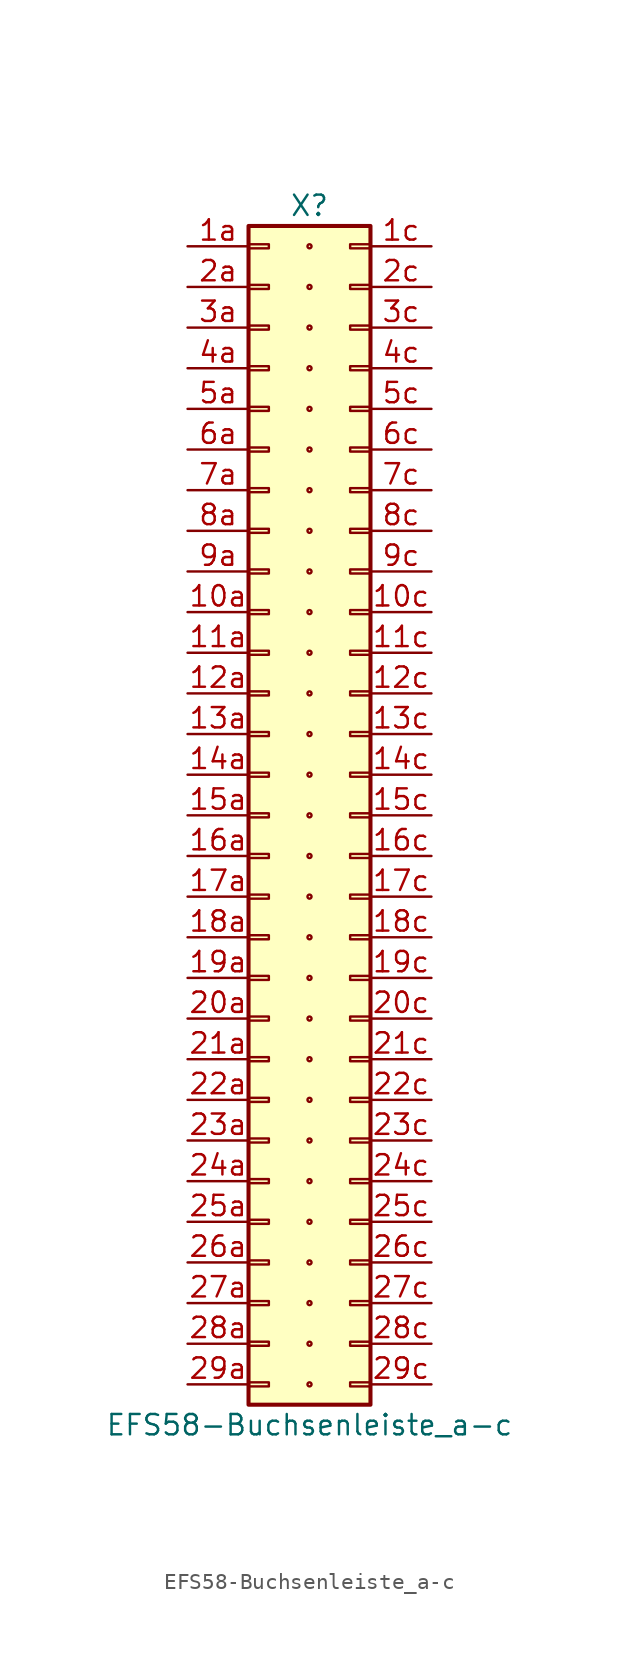
<source format=kicad_sym>
(kicad_symbol_lib
  (version 20211014)
  (generator kicad_symbol_editor)
  (symbol "EFS58-Buchsenleiste_a-c"
    (pin_names
      (offset 1.016) hide)
    (property "Reference" "X"
      (at 0 38.1 0)
      (effects (font (size 1.27 1.27))))
    (property "Value" "EFS58-Buchsenleiste_a-c"
      (at 0 -38.1 0)
      (effects (font (size 1.27 1.27))))
    (symbol "EFS58-Buchsenleiste_a-c_0_1"
      (circle (center 0 -35.56) (radius 0.127) (stroke (width 0.152) (type default) (color 0 0 0 0)) (fill (type none)))
      (circle (center 0 -33.02) (radius 0.127) (stroke (width 0.152) (type default) (color 0 0 0 0)) (fill (type none)))
      (circle (center 0 -30.48) (radius 0.127) (stroke (width 0.152) (type default) (color 0 0 0 0)) (fill (type none)))
      (circle (center 0 -27.94) (radius 0.127) (stroke (width 0.152) (type default) (color 0 0 0 0)) (fill (type none)))
      (circle (center 0 -25.4) (radius 0.127) (stroke (width 0.152) (type default) (color 0 0 0 0)) (fill (type none)))
      (circle (center 0 -22.86) (radius 0.127) (stroke (width 0.152) (type default) (color 0 0 0 0)) (fill (type none)))
      (circle (center 0 -20.32) (radius 0.127) (stroke (width 0.152) (type default) (color 0 0 0 0)) (fill (type none)))
      (circle (center 0 -17.78) (radius 0.127) (stroke (width 0.152) (type default) (color 0 0 0 0)) (fill (type none)))
      (circle (center 0 -15.24) (radius 0.127) (stroke (width 0.152) (type default) (color 0 0 0 0)) (fill (type none)))
      (circle (center 0 -12.7) (radius 0.127) (stroke (width 0.152) (type default) (color 0 0 0 0)) (fill (type none)))
      (circle (center 0 -10.16) (radius 0.127) (stroke (width 0.152) (type default) (color 0 0 0 0)) (fill (type none)))
      (circle (center 0 -7.62) (radius 0.127) (stroke (width 0.152) (type default) (color 0 0 0 0)) (fill (type none)))
      (circle (center 0 -5.08) (radius 0.127) (stroke (width 0.152) (type default) (color 0 0 0 0)) (fill (type none)))
      (circle (center 0 -2.54) (radius 0.127) (stroke (width 0.152) (type default) (color 0 0 0 0)) (fill (type none)))
      (circle (center 0 0) (radius 0.127) (stroke (width 0.152) (type default) (color 0 0 0 0)) (fill (type none)))
      (circle (center 0 2.54) (radius 0.127) (stroke (width 0.152) (type default) (color 0 0 0 0)) (fill (type none)))
      (circle (center 0 5.08) (radius 0.127) (stroke (width 0.152) (type default) (color 0 0 0 0)) (fill (type none)))
      (circle (center 0 7.62) (radius 0.127) (stroke (width 0.152) (type default) (color 0 0 0 0)) (fill (type none)))
      (circle (center 0 10.16) (radius 0.127) (stroke (width 0.152) (type default) (color 0 0 0 0)) (fill (type none)))
      (circle (center 0 12.7) (radius 0.127) (stroke (width 0.152) (type default) (color 0 0 0 0)) (fill (type none)))
      (circle (center 0 15.24) (radius 0.127) (stroke (width 0.152) (type default) (color 0 0 0 0)) (fill (type none)))
      (circle (center 0 17.78) (radius 0.127) (stroke (width 0.152) (type default) (color 0 0 0 0)) (fill (type none)))
      (circle (center 0 20.32) (radius 0.127) (stroke (width 0.152) (type default) (color 0 0 0 0)) (fill (type none)))
      (circle (center 0 22.86) (radius 0.127) (stroke (width 0.152) (type default) (color 0 0 0 0)) (fill (type none)))
      (circle (center 0 25.4) (radius 0.127) (stroke (width 0.152) (type default) (color 0 0 0 0)) (fill (type none)))
      (circle (center 0 27.94) (radius 0.127) (stroke (width 0.152) (type default) (color 0 0 0 0)) (fill (type none)))
      (circle (center 0 30.48) (radius 0.127) (stroke (width 0.152) (type default) (color 0 0 0 0)) (fill (type none)))
      (circle (center 0 33.02) (radius 0.127) (stroke (width 0.152) (type default) (color 0 0 0 0)) (fill (type none)))
      (circle (center 0 35.56) (radius 0.127) (stroke (width 0.152) (type default) (color 0 0 0 0)) (fill (type none))))
    (symbol "EFS58-Buchsenleiste_a-c_1_1"
      (rectangle (start -3.81 -35.433) (end -2.54 -35.687) (stroke (width 0.152) (type default) (color 0 0 0 0)) (fill (type none)))
      (rectangle (start -3.81 -32.893) (end -2.54 -33.147) (stroke (width 0.152) (type default) (color 0 0 0 0)) (fill (type none)))
      (rectangle (start -3.81 -30.353) (end -2.54 -30.607) (stroke (width 0.152) (type default) (color 0 0 0 0)) (fill (type none)))
      (rectangle (start -3.81 -27.813) (end -2.54 -28.067) (stroke (width 0.152) (type default) (color 0 0 0 0)) (fill (type none)))
      (rectangle (start -3.81 -25.273) (end -2.54 -25.527) (stroke (width 0.152) (type default) (color 0 0 0 0)) (fill (type none)))
      (rectangle (start -3.81 -22.733) (end -2.54 -22.987) (stroke (width 0.152) (type default) (color 0 0 0 0)) (fill (type none)))
      (rectangle (start -3.81 -20.193) (end -2.54 -20.447) (stroke (width 0.152) (type default) (color 0 0 0 0)) (fill (type none)))
      (rectangle (start -3.81 -17.653) (end -2.54 -17.907) (stroke (width 0.152) (type default) (color 0 0 0 0)) (fill (type none)))
      (rectangle (start -3.81 -15.113) (end -2.54 -15.367) (stroke (width 0.152) (type default) (color 0 0 0 0)) (fill (type none)))
      (rectangle (start -3.81 -12.573) (end -2.54 -12.827) (stroke (width 0.152) (type default) (color 0 0 0 0)) (fill (type none)))
      (rectangle (start -3.81 -10.033) (end -2.54 -10.287) (stroke (width 0.152) (type default) (color 0 0 0 0)) (fill (type none)))
      (rectangle (start -3.81 -7.493) (end -2.54 -7.747) (stroke (width 0.152) (type default) (color 0 0 0 0)) (fill (type none)))
      (rectangle (start -3.81 -4.953) (end -2.54 -5.207) (stroke (width 0.152) (type default) (color 0 0 0 0)) (fill (type none)))
      (rectangle (start -3.81 -2.413) (end -2.54 -2.667) (stroke (width 0.152) (type default) (color 0 0 0 0)) (fill (type none)))
      (rectangle (start -3.81 0.127) (end -2.54 -0.127) (stroke (width 0.152) (type default) (color 0 0 0 0)) (fill (type none)))
      (rectangle (start -3.81 2.667) (end -2.54 2.413) (stroke (width 0.152) (type default) (color 0 0 0 0)) (fill (type none)))
      (rectangle (start -3.81 5.207) (end -2.54 4.953) (stroke (width 0.152) (type default) (color 0 0 0 0)) (fill (type none)))
      (rectangle (start -3.81 7.747) (end -2.54 7.493) (stroke (width 0.152) (type default) (color 0 0 0 0)) (fill (type none)))
      (rectangle (start -3.81 10.287) (end -2.54 10.033) (stroke (width 0.152) (type default) (color 0 0 0 0)) (fill (type none)))
      (rectangle (start -3.81 12.827) (end -2.54 12.573) (stroke (width 0.152) (type default) (color 0 0 0 0)) (fill (type none)))
      (rectangle (start -3.81 15.367) (end -2.54 15.113) (stroke (width 0.152) (type default) (color 0 0 0 0)) (fill (type none)))
      (rectangle (start -3.81 17.907) (end -2.54 17.653) (stroke (width 0.152) (type default) (color 0 0 0 0)) (fill (type none)))
      (rectangle (start -3.81 20.447) (end -2.54 20.193) (stroke (width 0.152) (type default) (color 0 0 0 0)) (fill (type none)))
      (rectangle (start -3.81 22.987) (end -2.54 22.733) (stroke (width 0.152) (type default) (color 0 0 0 0)) (fill (type none)))
      (rectangle (start -3.81 25.527) (end -2.54 25.273) (stroke (width 0.152) (type default) (color 0 0 0 0)) (fill (type none)))
      (rectangle (start -3.81 28.067) (end -2.54 27.813) (stroke (width 0.152) (type default) (color 0 0 0 0)) (fill (type none)))
      (rectangle (start -3.81 30.607) (end -2.54 30.353) (stroke (width 0.152) (type default) (color 0 0 0 0)) (fill (type none)))
      (rectangle (start -3.81 33.147) (end -2.54 32.893) (stroke (width 0.152) (type default) (color 0 0 0 0)) (fill (type none)))
      (rectangle (start -3.81 35.687) (end -2.54 35.433) (stroke (width 0.152) (type default) (color 0 0 0 0)) (fill (type none)))
      (rectangle (start -3.81 36.83) (end 3.81 -36.83) (stroke (width 0.254) (type default) (color 0 0 0 0)) (fill (type background)))
      (rectangle (start 3.81 -35.433) (end 2.54 -35.687) (stroke (width 0.152) (type default) (color 0 0 0 0)) (fill (type none)))
      (rectangle (start 3.81 -32.893) (end 2.54 -33.147) (stroke (width 0.152) (type default) (color 0 0 0 0)) (fill (type none)))
      (rectangle (start 3.81 -30.353) (end 2.54 -30.607) (stroke (width 0.152) (type default) (color 0 0 0 0)) (fill (type none)))
      (rectangle (start 3.81 -27.813) (end 2.54 -28.067) (stroke (width 0.152) (type default) (color 0 0 0 0)) (fill (type none)))
      (rectangle (start 3.81 -25.273) (end 2.54 -25.527) (stroke (width 0.152) (type default) (color 0 0 0 0)) (fill (type none)))
      (rectangle (start 3.81 -22.733) (end 2.54 -22.987) (stroke (width 0.152) (type default) (color 0 0 0 0)) (fill (type none)))
      (rectangle (start 3.81 -20.193) (end 2.54 -20.447) (stroke (width 0.152) (type default) (color 0 0 0 0)) (fill (type none)))
      (rectangle (start 3.81 -17.653) (end 2.54 -17.907) (stroke (width 0.152) (type default) (color 0 0 0 0)) (fill (type none)))
      (rectangle (start 3.81 -15.113) (end 2.54 -15.367) (stroke (width 0.152) (type default) (color 0 0 0 0)) (fill (type none)))
      (rectangle (start 3.81 -12.573) (end 2.54 -12.827) (stroke (width 0.152) (type default) (color 0 0 0 0)) (fill (type none)))
      (rectangle (start 3.81 -10.033) (end 2.54 -10.287) (stroke (width 0.152) (type default) (color 0 0 0 0)) (fill (type none)))
      (rectangle (start 3.81 -7.493) (end 2.54 -7.747) (stroke (width 0.152) (type default) (color 0 0 0 0)) (fill (type none)))
      (rectangle (start 3.81 -4.953) (end 2.54 -5.207) (stroke (width 0.152) (type default) (color 0 0 0 0)) (fill (type none)))
      (rectangle (start 3.81 -2.413) (end 2.54 -2.667) (stroke (width 0.152) (type default) (color 0 0 0 0)) (fill (type none)))
      (rectangle (start 3.81 0.127) (end 2.54 -0.127) (stroke (width 0.152) (type default) (color 0 0 0 0)) (fill (type none)))
      (rectangle (start 3.81 2.667) (end 2.54 2.413) (stroke (width 0.152) (type default) (color 0 0 0 0)) (fill (type none)))
      (rectangle (start 3.81 5.207) (end 2.54 4.953) (stroke (width 0.152) (type default) (color 0 0 0 0)) (fill (type none)))
      (rectangle (start 3.81 7.747) (end 2.54 7.493) (stroke (width 0.152) (type default) (color 0 0 0 0)) (fill (type none)))
      (rectangle (start 3.81 10.287) (end 2.54 10.033) (stroke (width 0.152) (type default) (color 0 0 0 0)) (fill (type none)))
      (rectangle (start 3.81 12.827) (end 2.54 12.573) (stroke (width 0.152) (type default) (color 0 0 0 0)) (fill (type none)))
      (rectangle (start 3.81 15.367) (end 2.54 15.113) (stroke (width 0.152) (type default) (color 0 0 0 0)) (fill (type none)))
      (rectangle (start 3.81 17.907) (end 2.54 17.653) (stroke (width 0.152) (type default) (color 0 0 0 0)) (fill (type none)))
      (rectangle (start 3.81 20.447) (end 2.54 20.193) (stroke (width 0.152) (type default) (color 0 0 0 0)) (fill (type none)))
      (rectangle (start 3.81 22.987) (end 2.54 22.733) (stroke (width 0.152) (type default) (color 0 0 0 0)) (fill (type none)))
      (rectangle (start 3.81 25.527) (end 2.54 25.273) (stroke (width 0.152) (type default) (color 0 0 0 0)) (fill (type none)))
      (rectangle (start 3.81 28.067) (end 2.54 27.813) (stroke (width 0.152) (type default) (color 0 0 0 0)) (fill (type none)))
      (rectangle (start 3.81 30.607) (end 2.54 30.353) (stroke (width 0.152) (type default) (color 0 0 0 0)) (fill (type none)))
      (rectangle (start 3.81 33.147) (end 2.54 32.893) (stroke (width 0.152) (type default) (color 0 0 0 0)) (fill (type none)))
      (rectangle (start 3.81 35.687) (end 2.54 35.433) (stroke (width 0.152) (type default) (color 0 0 0 0)) (fill (type none)))
      (pin passive line (at -7.62 12.7 0) (length 3.81) (name "Pin_10a" (effects (font (size 1.27 1.27)))) (number "10a" (effects (font (size 1.27 1.27)))))
      (pin passive line (at 7.62 12.7 180) (length 3.81) (name "Pin_10c" (effects (font (size 1.27 1.27)))) (number "10c" (effects (font (size 1.27 1.27)))))
      (pin passive line (at -7.62 10.16 0) (length 3.81) (name "Pin_11a" (effects (font (size 1.27 1.27)))) (number "11a" (effects (font (size 1.27 1.27)))))
      (pin passive line (at 7.62 10.16 180) (length 3.81) (name "Pin_11c" (effects (font (size 1.27 1.27)))) (number "11c" (effects (font (size 1.27 1.27)))))
      (pin passive line (at -7.62 7.62 0) (length 3.81) (name "Pin_12a" (effects (font (size 1.27 1.27)))) (number "12a" (effects (font (size 1.27 1.27)))))
      (pin passive line (at 7.62 7.62 180) (length 3.81) (name "Pin_12c" (effects (font (size 1.27 1.27)))) (number "12c" (effects (font (size 1.27 1.27)))))
      (pin passive line (at -7.62 5.08 0) (length 3.81) (name "Pin_13a" (effects (font (size 1.27 1.27)))) (number "13a" (effects (font (size 1.27 1.27)))))
      (pin passive line (at 7.62 5.08 180) (length 3.81) (name "Pin_13c" (effects (font (size 1.27 1.27)))) (number "13c" (effects (font (size 1.27 1.27)))))
      (pin passive line (at -7.62 2.54 0) (length 3.81) (name "Pin_14a" (effects (font (size 1.27 1.27)))) (number "14a" (effects (font (size 1.27 1.27)))))
      (pin passive line (at 7.62 2.54 180) (length 3.81) (name "Pin_14c" (effects (font (size 1.27 1.27)))) (number "14c" (effects (font (size 1.27 1.27)))))
      (pin passive line (at -7.62 0 0) (length 3.81) (name "Pin_15a" (effects (font (size 1.27 1.27)))) (number "15a" (effects (font (size 1.27 1.27)))))
      (pin passive line (at 7.62 0 180) (length 3.81) (name "Pin_15c" (effects (font (size 1.27 1.27)))) (number "15c" (effects (font (size 1.27 1.27)))))
      (pin passive line (at -7.62 -2.54 0) (length 3.81) (name "Pin_16a" (effects (font (size 1.27 1.27)))) (number "16a" (effects (font (size 1.27 1.27)))))
      (pin passive line (at 7.62 -2.54 180) (length 3.81) (name "Pin_16c" (effects (font (size 1.27 1.27)))) (number "16c" (effects (font (size 1.27 1.27)))))
      (pin passive line (at -7.62 -5.08 0) (length 3.81) (name "Pin_17a" (effects (font (size 1.27 1.27)))) (number "17a" (effects (font (size 1.27 1.27)))))
      (pin passive line (at 7.62 -5.08 180) (length 3.81) (name "Pin_17c" (effects (font (size 1.27 1.27)))) (number "17c" (effects (font (size 1.27 1.27)))))
      (pin passive line (at -7.62 -7.62 0) (length 3.81) (name "Pin_18a" (effects (font (size 1.27 1.27)))) (number "18a" (effects (font (size 1.27 1.27)))))
      (pin passive line (at 7.62 -7.62 180) (length 3.81) (name "Pin_18c" (effects (font (size 1.27 1.27)))) (number "18c" (effects (font (size 1.27 1.27)))))
      (pin passive line (at -7.62 -10.16 0) (length 3.81) (name "Pin_19a" (effects (font (size 1.27 1.27)))) (number "19a" (effects (font (size 1.27 1.27)))))
      (pin passive line (at 7.62 -10.16 180) (length 3.81) (name "Pin_19c" (effects (font (size 1.27 1.27)))) (number "19c" (effects (font (size 1.27 1.27)))))
      (pin passive line (at -7.62 35.56 0) (length 3.81) (name "Pin_1a" (effects (font (size 1.27 1.27)))) (number "1a" (effects (font (size 1.27 1.27)))))
      (pin passive line (at 7.62 35.56 180) (length 3.81) (name "Pin_1c" (effects (font (size 1.27 1.27)))) (number "1c" (effects (font (size 1.27 1.27)))))
      (pin passive line (at -7.62 -12.7 0) (length 3.81) (name "Pin_20a" (effects (font (size 1.27 1.27)))) (number "20a" (effects (font (size 1.27 1.27)))))
      (pin passive line (at 7.62 -12.7 180) (length 3.81) (name "Pin_20c" (effects (font (size 1.27 1.27)))) (number "20c" (effects (font (size 1.27 1.27)))))
      (pin passive line (at -7.62 -15.24 0) (length 3.81) (name "Pin_21a" (effects (font (size 1.27 1.27)))) (number "21a" (effects (font (size 1.27 1.27)))))
      (pin passive line (at 7.62 -15.24 180) (length 3.81) (name "Pin_21c" (effects (font (size 1.27 1.27)))) (number "21c" (effects (font (size 1.27 1.27)))))
      (pin passive line (at -7.62 -17.78 0) (length 3.81) (name "Pin_22a" (effects (font (size 1.27 1.27)))) (number "22a" (effects (font (size 1.27 1.27)))))
      (pin passive line (at 7.62 -17.78 180) (length 3.81) (name "Pin_22c" (effects (font (size 1.27 1.27)))) (number "22c" (effects (font (size 1.27 1.27)))))
      (pin passive line (at -7.62 -20.32 0) (length 3.81) (name "Pin_23a" (effects (font (size 1.27 1.27)))) (number "23a" (effects (font (size 1.27 1.27)))))
      (pin passive line (at 7.62 -20.32 180) (length 3.81) (name "Pin_23c" (effects (font (size 1.27 1.27)))) (number "23c" (effects (font (size 1.27 1.27)))))
      (pin passive line (at -7.62 -22.86 0) (length 3.81) (name "Pin_24a" (effects (font (size 1.27 1.27)))) (number "24a" (effects (font (size 1.27 1.27)))))
      (pin passive line (at 7.62 -22.86 180) (length 3.81) (name "Pin_24c" (effects (font (size 1.27 1.27)))) (number "24c" (effects (font (size 1.27 1.27)))))
      (pin passive line (at -7.62 -25.4 0) (length 3.81) (name "Pin_25a" (effects (font (size 1.27 1.27)))) (number "25a" (effects (font (size 1.27 1.27)))))
      (pin passive line (at 7.62 -25.4 180) (length 3.81) (name "Pin_25c" (effects (font (size 1.27 1.27)))) (number "25c" (effects (font (size 1.27 1.27)))))
      (pin passive line (at -7.62 -27.94 0) (length 3.81) (name "Pin_26a" (effects (font (size 1.27 1.27)))) (number "26a" (effects (font (size 1.27 1.27)))))
      (pin passive line (at 7.62 -27.94 180) (length 3.81) (name "Pin_26c" (effects (font (size 1.27 1.27)))) (number "26c" (effects (font (size 1.27 1.27)))))
      (pin passive line (at -7.62 -30.48 0) (length 3.81) (name "Pin_27a" (effects (font (size 1.27 1.27)))) (number "27a" (effects (font (size 1.27 1.27)))))
      (pin passive line (at 7.62 -30.48 180) (length 3.81) (name "Pin_27c" (effects (font (size 1.27 1.27)))) (number "27c" (effects (font (size 1.27 1.27)))))
      (pin passive line (at -7.62 -33.02 0) (length 3.81) (name "Pin_28a" (effects (font (size 1.27 1.27)))) (number "28a" (effects (font (size 1.27 1.27)))))
      (pin passive line (at 7.62 -33.02 180) (length 3.81) (name "Pin_28c" (effects (font (size 1.27 1.27)))) (number "28c" (effects (font (size 1.27 1.27)))))
      (pin passive line (at -7.62 -35.56 0) (length 3.81) (name "Pin_29a" (effects (font (size 1.27 1.27)))) (number "29a" (effects (font (size 1.27 1.27)))))
      (pin passive line (at 7.62 -35.56 180) (length 3.81) (name "Pin_29c" (effects (font (size 1.27 1.27)))) (number "29c" (effects (font (size 1.27 1.27)))))
      (pin passive line (at -7.62 33.02 0) (length 3.81) (name "Pin_2a" (effects (font (size 1.27 1.27)))) (number "2a" (effects (font (size 1.27 1.27)))))
      (pin passive line (at 7.62 33.02 180) (length 3.81) (name "Pin_2c" (effects (font (size 1.27 1.27)))) (number "2c" (effects (font (size 1.27 1.27)))))
      (pin passive line (at -7.62 30.48 0) (length 3.81) (name "Pin_3a" (effects (font (size 1.27 1.27)))) (number "3a" (effects (font (size 1.27 1.27)))))
      (pin passive line (at 7.62 30.48 180) (length 3.81) (name "Pin_3c" (effects (font (size 1.27 1.27)))) (number "3c" (effects (font (size 1.27 1.27)))))
      (pin passive line (at -7.62 27.94 0) (length 3.81) (name "Pin_4a" (effects (font (size 1.27 1.27)))) (number "4a" (effects (font (size 1.27 1.27)))))
      (pin passive line (at 7.62 27.94 180) (length 3.81) (name "Pin_4c" (effects (font (size 1.27 1.27)))) (number "4c" (effects (font (size 1.27 1.27)))))
      (pin passive line (at -7.62 25.4 0) (length 3.81) (name "Pin_5a" (effects (font (size 1.27 1.27)))) (number "5a" (effects (font (size 1.27 1.27)))))
      (pin passive line (at 7.62 25.4 180) (length 3.81) (name "Pin_5c" (effects (font (size 1.27 1.27)))) (number "5c" (effects (font (size 1.27 1.27)))))
      (pin passive line (at -7.62 22.86 0) (length 3.81) (name "Pin_6a" (effects (font (size 1.27 1.27)))) (number "6a" (effects (font (size 1.27 1.27)))))
      (pin passive line (at 7.62 22.86 180) (length 3.81) (name "Pin_6c" (effects (font (size 1.27 1.27)))) (number "6c" (effects (font (size 1.27 1.27)))))
      (pin passive line (at -7.62 20.32 0) (length 3.81) (name "Pin_7a" (effects (font (size 1.27 1.27)))) (number "7a" (effects (font (size 1.27 1.27)))))
      (pin passive line (at 7.62 20.32 180) (length 3.81) (name "Pin_7c" (effects (font (size 1.27 1.27)))) (number "7c" (effects (font (size 1.27 1.27)))))
      (pin passive line (at -7.62 17.78 0) (length 3.81) (name "Pin_8a" (effects (font (size 1.27 1.27)))) (number "8a" (effects (font (size 1.27 1.27)))))
      (pin passive line (at 7.62 17.78 180) (length 3.81) (name "Pin_8c" (effects (font (size 1.27 1.27)))) (number "8c" (effects (font (size 1.27 1.27)))))
      (pin passive line (at -7.62 15.24 0) (length 3.81) (name "Pin_9a" (effects (font (size 1.27 1.27)))) (number "9a" (effects (font (size 1.27 1.27)))))
      (pin passive line (at 7.62 15.24 180) (length 3.81) (name "Pin_9c" (effects (font (size 1.27 1.27)))) (number "9c" (effects (font (size 1.27 1.27))))))))
</source>
